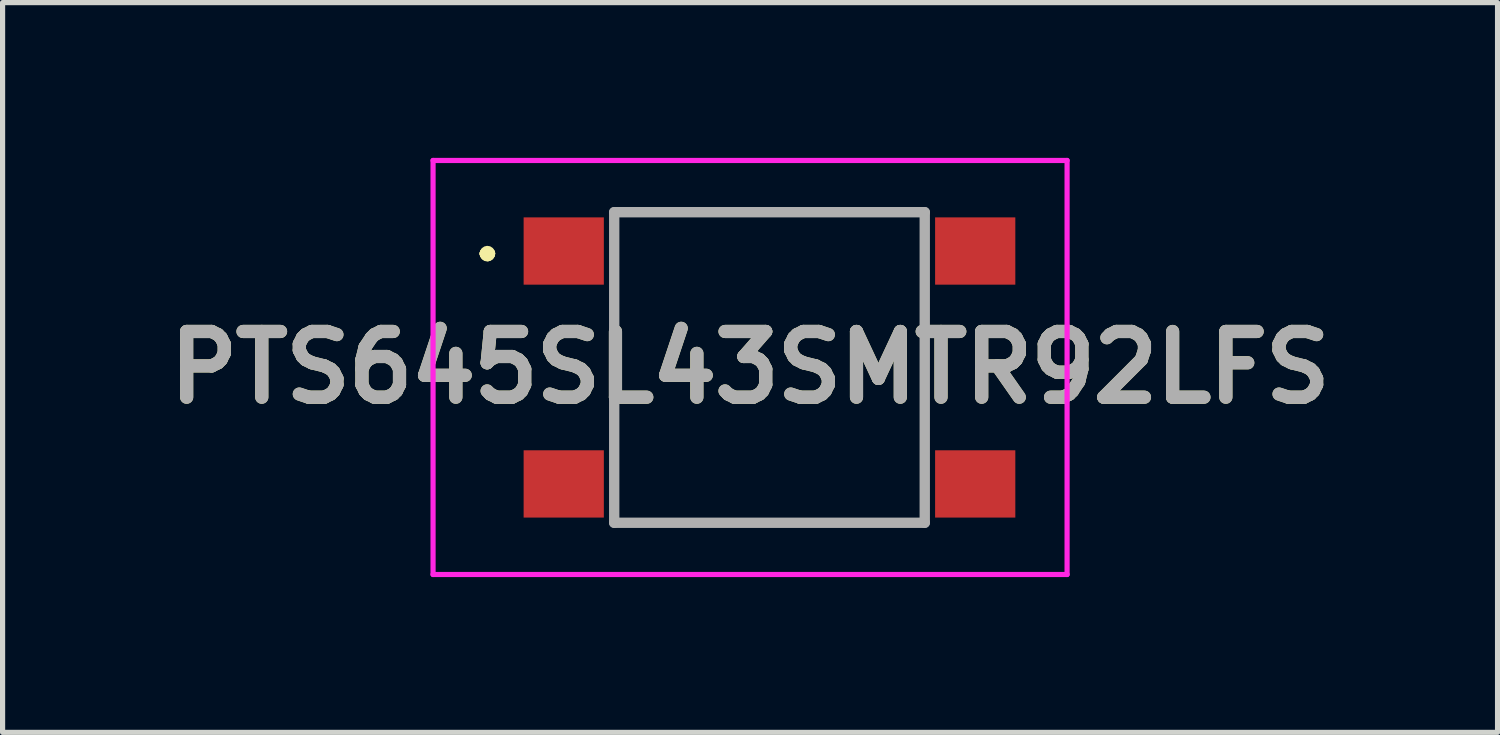
<source format=kicad_pcb>
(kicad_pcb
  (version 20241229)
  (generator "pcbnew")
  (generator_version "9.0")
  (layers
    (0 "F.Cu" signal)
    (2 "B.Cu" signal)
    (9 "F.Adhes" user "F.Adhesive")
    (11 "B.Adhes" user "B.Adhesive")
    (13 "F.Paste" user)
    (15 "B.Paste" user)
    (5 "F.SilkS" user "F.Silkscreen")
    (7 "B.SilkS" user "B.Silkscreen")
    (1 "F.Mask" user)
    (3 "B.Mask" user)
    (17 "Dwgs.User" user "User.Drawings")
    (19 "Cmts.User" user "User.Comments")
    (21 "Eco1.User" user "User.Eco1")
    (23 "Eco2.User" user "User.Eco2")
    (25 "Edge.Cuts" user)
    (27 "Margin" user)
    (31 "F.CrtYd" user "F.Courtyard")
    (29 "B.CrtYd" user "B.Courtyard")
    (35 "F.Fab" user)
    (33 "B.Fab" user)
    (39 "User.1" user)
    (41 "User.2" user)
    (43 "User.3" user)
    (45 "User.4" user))
  (footprint "PTS645SL43SMTR92LFS"
    (layer "F.Cu")
    (at 11.817 4.05)
    (property "Reference" "PTS645SL43SMTR92LFS" (at -0.375 0 0) (layer "F.SilkS") (effects (font (size 1.27 1.27) (thickness 0.254))))
    (attr smd)
    (fp_line (start -5.5 -2.2) (end -5.5 -2.2) (stroke (width 0.2) (type solid)) (layer "F.SilkS"))
    (fp_line (start -5.5 -2.2) (end -5.5 -2.2) (stroke (width 0.2) (type solid)) (layer "F.SilkS"))
    (fp_line (start -5.4 -2.2) (end -5.4 -2.2) (stroke (width 0.2) (type solid)) (layer "F.SilkS"))
    (fp_line (start -3 -3) (end 3 -3) (stroke (width 0.1) (type solid)) (layer "F.SilkS"))
    (fp_line (start -3 3) (end -3 -3) (stroke (width 0.1) (type solid)) (layer "F.SilkS"))
    (fp_line (start 3 -3) (end 3 3) (stroke (width 0.1) (type solid)) (layer "F.SilkS"))
    (fp_line (start 3 3) (end -3 3) (stroke (width 0.1) (type solid)) (layer "F.SilkS"))
    (fp_arc (start -5.5 -2.2) (mid -5.45 -2.25) (end -5.4 -2.2) (stroke (width 0.2) (type solid)) (layer "F.SilkS"))
    (fp_arc (start -5.4 -2.2) (mid -5.45 -2.15) (end -5.5 -2.2) (stroke (width 0.2) (type solid)) (layer "F.SilkS"))
    (fp_arc (start -5.4 -2.2) (mid -5.45 -2.15) (end -5.5 -2.2) (stroke (width 0.2) (type solid)) (layer "F.SilkS"))
    (fp_line (start -6.5 -4) (end 5.75 -4) (stroke (width 0.1) (type solid)) (layer "F.CrtYd"))
    (fp_line (start -6.5 4) (end -6.5 -4) (stroke (width 0.1) (type solid)) (layer "F.CrtYd"))
    (fp_line (start 5.75 -4) (end 5.75 4) (stroke (width 0.1) (type solid)) (layer "F.CrtYd"))
    (fp_line (start 5.75 4) (end -6.5 4) (stroke (width 0.1) (type solid)) (layer "F.CrtYd"))
    (fp_line (start -3 -3) (end -3 3) (stroke (width 0.2) (type solid)) (layer "F.Fab"))
    (fp_line (start -3 3) (end 3 3) (stroke (width 0.2) (type solid)) (layer "F.Fab"))
    (fp_line (start 3 -3) (end -3 -3) (stroke (width 0.2) (type solid)) (layer "F.Fab"))
    (fp_line (start 3 3) (end 3 -3) (stroke (width 0.2) (type solid)) (layer "F.Fab"))
    (fp_text user "${REFERENCE}" (at -0.375 0 0) (layer "F.Fab") (effects (font (size 1.27 1.27) (thickness 0.254))))
    (pad "1" smd rect (at -3.975 -2.25 90) (size 1.3 1.55) (layers "F.Cu" "F.Mask" "F.Paste"))
    (pad "2" smd rect (at 3.975 -2.25 90) (size 1.3 1.55) (layers "F.Cu" "F.Mask" "F.Paste"))
    (pad "3" smd rect (at -3.975 2.25 90) (size 1.3 1.55) (layers "F.Cu" "F.Mask" "F.Paste"))
    (pad "4" smd rect (at 3.975 2.25 90) (size 1.3 1.55) (layers "F.Cu" "F.Mask" "F.Paste")))
  (gr_rect
    (start -3 -3)
    (end 25.884 11.1)
    (stroke (width 0.1) (type default))
    (fill no)
    (layer "Edge.Cuts")))
</source>
